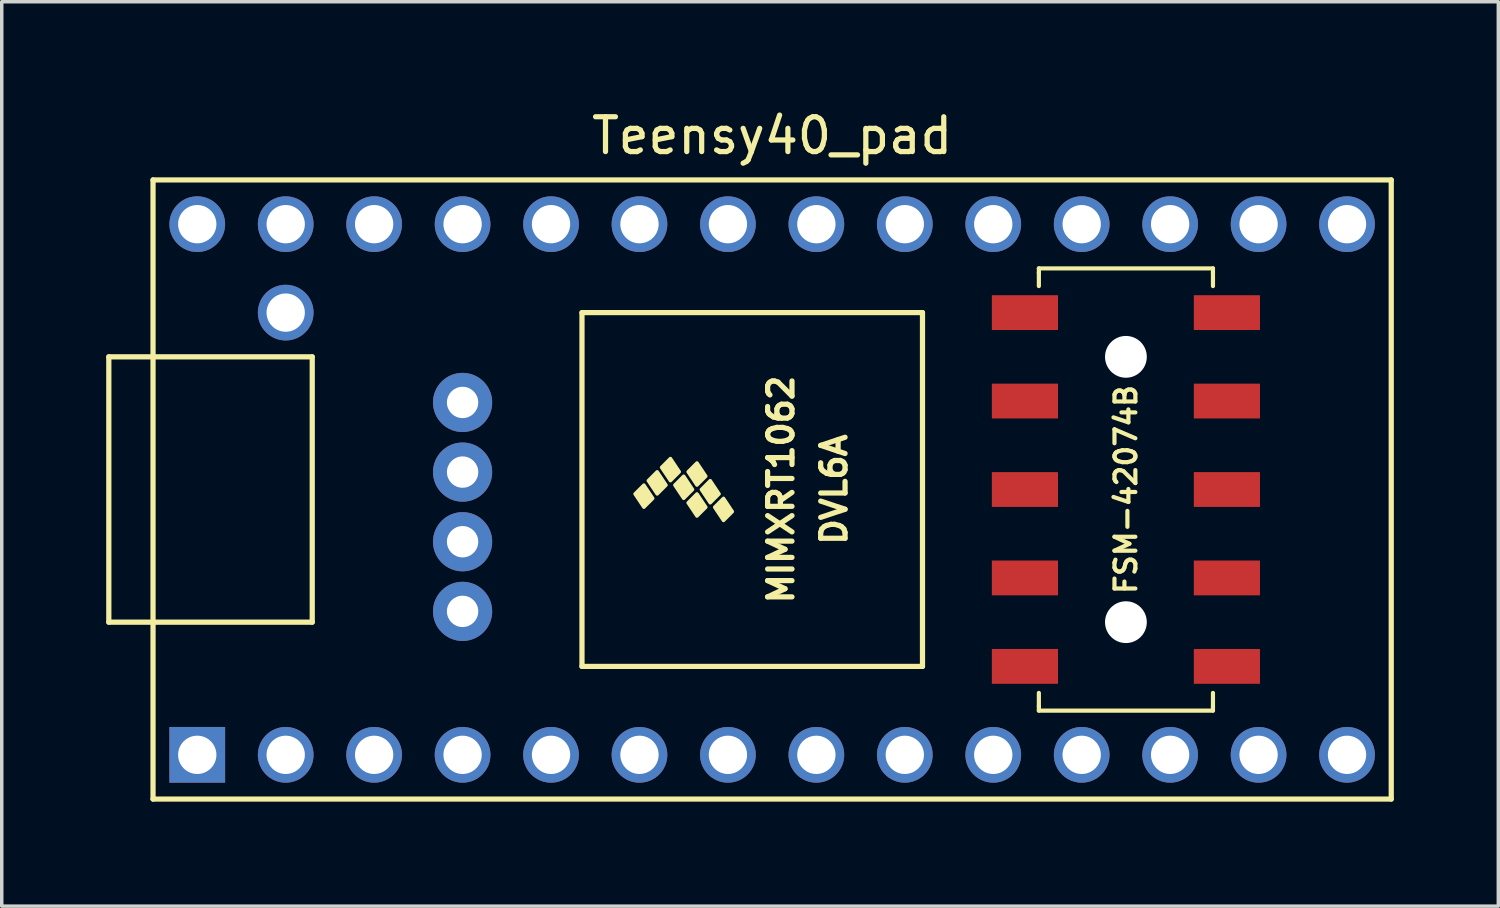
<source format=kicad_pcb>
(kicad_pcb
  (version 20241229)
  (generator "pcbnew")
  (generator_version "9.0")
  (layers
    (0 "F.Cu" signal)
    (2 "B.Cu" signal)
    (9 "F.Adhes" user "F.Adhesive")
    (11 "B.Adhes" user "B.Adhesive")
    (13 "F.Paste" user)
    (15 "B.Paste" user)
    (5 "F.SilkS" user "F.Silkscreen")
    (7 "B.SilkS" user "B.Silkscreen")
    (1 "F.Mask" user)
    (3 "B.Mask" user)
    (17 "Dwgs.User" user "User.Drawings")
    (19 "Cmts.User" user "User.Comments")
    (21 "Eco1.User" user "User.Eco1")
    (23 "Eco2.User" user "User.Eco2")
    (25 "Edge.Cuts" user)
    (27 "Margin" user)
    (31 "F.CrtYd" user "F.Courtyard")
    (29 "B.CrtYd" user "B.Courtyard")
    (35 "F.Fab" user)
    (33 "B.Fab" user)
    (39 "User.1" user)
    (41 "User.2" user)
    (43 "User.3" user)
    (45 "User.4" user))
  (footprint "Teensy40_pad"
    (layer "F.Cu")
    (at 19.125 11.008)
    (property "Reference" "Teensy40_pad" (at 0 -10.16 0) (layer "F.SilkS") (effects (font (size 1 1) (thickness 0.15))))
    (attr through_hole)
    (fp_line (start -19.05 -3.81) (end -17.78 -3.81) (stroke (width 0.15) (type solid)) (layer "F.SilkS"))
    (fp_line (start -19.05 3.81) (end -19.05 -3.81) (stroke (width 0.15) (type solid)) (layer "F.SilkS"))
    (fp_line (start -17.78 -8.89) (end 17.78 -8.89) (stroke (width 0.15) (type solid)) (layer "F.SilkS"))
    (fp_line (start -17.78 3.81) (end -19.05 3.81) (stroke (width 0.15) (type solid)) (layer "F.SilkS"))
    (fp_line (start -17.78 8.89) (end -17.78 -8.89) (stroke (width 0.15) (type solid)) (layer "F.SilkS"))
    (fp_line (start -13.208 -3.81) (end -17.78 -3.81) (stroke (width 0.15) (type solid)) (layer "F.SilkS"))
    (fp_line (start -13.208 3.81) (end -17.78 3.81) (stroke (width 0.15) (type solid)) (layer "F.SilkS"))
    (fp_line (start -13.208 3.81) (end -13.208 -3.81) (stroke (width 0.15) (type solid)) (layer "F.SilkS"))
    (fp_line (start -5.461 -5.08) (end -5.461 5.08) (stroke (width 0.15) (type solid)) (layer "F.SilkS"))
    (fp_line (start 4.318 -5.08) (end -5.461 -5.08) (stroke (width 0.15) (type solid)) (layer "F.SilkS"))
    (fp_line (start 4.318 5.08) (end -5.461 5.08) (stroke (width 0.15) (type solid)) (layer "F.SilkS"))
    (fp_line (start 4.318 5.08) (end 4.318 -5.08) (stroke (width 0.15) (type solid)) (layer "F.SilkS"))
    (fp_line (start 7.66 -6.35) (end 12.66 -6.35) (stroke (width 0.12) (type solid)) (layer "F.SilkS"))
    (fp_line (start 7.66 -6.223) (end 7.66 -6.35) (stroke (width 0.12) (type solid)) (layer "F.SilkS"))
    (fp_line (start 7.66 -6.223) (end 7.66 -5.842) (stroke (width 0.12) (type solid)) (layer "F.SilkS"))
    (fp_line (start 7.66 5.842) (end 7.66 6.223) (stroke (width 0.12) (type solid)) (layer "F.SilkS"))
    (fp_line (start 7.66 6.35) (end 7.66 6.223) (stroke (width 0.12) (type solid)) (layer "F.SilkS"))
    (fp_line (start 12.66 -6.35) (end 12.66 -6.223) (stroke (width 0.12) (type solid)) (layer "F.SilkS"))
    (fp_line (start 12.66 -5.842) (end 12.66 -6.223) (stroke (width 0.12) (type solid)) (layer "F.SilkS"))
    (fp_line (start 12.66 6.223) (end 12.66 5.842) (stroke (width 0.12) (type solid)) (layer "F.SilkS"))
    (fp_line (start 12.66 6.223) (end 12.66 6.35) (stroke (width 0.12) (type solid)) (layer "F.SilkS"))
    (fp_line (start 12.66 6.35) (end 7.66 6.35) (stroke (width 0.12) (type solid)) (layer "F.SilkS"))
    (fp_line (start 17.78 -8.89) (end 17.78 8.89) (stroke (width 0.15) (type solid)) (layer "F.SilkS"))
    (fp_line (start 17.78 8.89) (end -17.78 8.89) (stroke (width 0.15) (type solid)) (layer "F.SilkS"))
    (fp_poly (pts (xy -3.937 0.127) (xy -3.683 -0.127) (xy -3.429 0.254) (xy -3.683 0.508)) (stroke (width 0.1) (type solid)) (fill yes) (layer "F.SilkS"))
    (fp_poly (pts (xy -3.556 -0.254) (xy -3.302 -0.508) (xy -3.048 -0.127) (xy -3.302 0.127)) (stroke (width 0.1) (type solid)) (fill yes) (layer "F.SilkS"))
    (fp_poly (pts (xy -3.175 -0.635) (xy -2.921 -0.889) (xy -2.667 -0.508) (xy -2.921 -0.254)) (stroke (width 0.1) (type solid)) (fill yes) (layer "F.SilkS"))
    (fp_poly (pts (xy -2.794 -0.127) (xy -2.54 -0.381) (xy -2.286 0) (xy -2.54 0.254)) (stroke (width 0.1) (type solid)) (fill yes) (layer "F.SilkS"))
    (fp_poly (pts (xy -2.413 -0.508) (xy -2.159 -0.762) (xy -1.905 -0.381) (xy -2.159 -0.127)) (stroke (width 0.1) (type solid)) (fill yes) (layer "F.SilkS"))
    (fp_poly (pts (xy -2.413 0.381) (xy -2.159 0.127) (xy -1.905 0.508) (xy -2.159 0.762)) (stroke (width 0.1) (type solid)) (fill yes) (layer "F.SilkS"))
    (fp_poly (pts (xy -2.032 0) (xy -1.778 -0.254) (xy -1.524 0.127) (xy -1.778 0.381)) (stroke (width 0.1) (type solid)) (fill yes) (layer "F.SilkS"))
    (fp_poly (pts (xy -1.651 0.508) (xy -1.397 0.254) (xy -1.143 0.635) (xy -1.397 0.889)) (stroke (width 0.1) (type solid)) (fill yes) (layer "F.SilkS"))
    (fp_text user "DVL6A" (at 1.778 0 90) (layer "F.SilkS") (effects (font (size 0.7 0.7) (thickness 0.15))))
    (fp_text user "MIMXRT1062" (at 0.254 0 90) (layer "F.SilkS") (effects (font (size 0.7 0.7) (thickness 0.15))))
    (fp_text user "FSM-42074B" (at 10.16 0 90) (layer "F.SilkS") (effects (font (size 0.6 0.6) (thickness 0.12))))
    (pad "" np_thru_hole circle (at 10.16 -3.81) (size 1.2 1.2) (drill 1.2) (layers "*.Cu" "*.Mask"))
    (pad "" np_thru_hole circle (at 10.16 3.81) (size 1.2 1.2) (drill 1.2) (layers "*.Cu" "*.Mask"))
    (pad "1" thru_hole rect (at -16.51 7.62) (size 1.6 1.6) (drill 1.1) (layers "*.Cu" "*.Mask"))
    (pad "2" thru_hole circle (at -13.97 7.62) (size 1.6 1.6) (drill 1.1) (layers "*.Cu" "*.Mask"))
    (pad "3" thru_hole circle (at -11.43 7.62) (size 1.6 1.6) (drill 1.1) (layers "*.Cu" "*.Mask"))
    (pad "4" thru_hole circle (at -8.89 7.62) (size 1.6 1.6) (drill 1.1) (layers "*.Cu" "*.Mask"))
    (pad "5" thru_hole circle (at -6.35 7.62) (size 1.6 1.6) (drill 1.1) (layers "*.Cu" "*.Mask"))
    (pad "6" thru_hole circle (at -3.81 7.62) (size 1.6 1.6) (drill 1.1) (layers "*.Cu" "*.Mask"))
    (pad "7" thru_hole circle (at -1.27 7.62) (size 1.6 1.6) (drill 1.1) (layers "*.Cu" "*.Mask"))
    (pad "8" thru_hole circle (at 1.27 7.62) (size 1.6 1.6) (drill 1.1) (layers "*.Cu" "*.Mask"))
    (pad "9" thru_hole circle (at 3.81 7.62) (size 1.6 1.6) (drill 1.1) (layers "*.Cu" "*.Mask"))
    (pad "10" thru_hole circle (at 6.35 7.62) (size 1.6 1.6) (drill 1.1) (layers "*.Cu" "*.Mask"))
    (pad "11" thru_hole circle (at 8.89 7.62) (size 1.6 1.6) (drill 1.1) (layers "*.Cu" "*.Mask"))
    (pad "12" thru_hole circle (at 11.43 7.62) (size 1.6 1.6) (drill 1.1) (layers "*.Cu" "*.Mask"))
    (pad "13" thru_hole circle (at 13.97 7.62) (size 1.6 1.6) (drill 1.1) (layers "*.Cu" "*.Mask"))
    (pad "14" thru_hole circle (at 16.51 7.62) (size 1.6 1.6) (drill 1.1) (layers "*.Cu" "*.Mask"))
    (pad "20" thru_hole circle (at 16.51 -7.62) (size 1.6 1.6) (drill 1.1) (layers "*.Cu" "*.Mask"))
    (pad "21" thru_hole circle (at 13.97 -7.62) (size 1.6 1.6) (drill 1.1) (layers "*.Cu" "*.Mask"))
    (pad "22" thru_hole circle (at 11.43 -7.62) (size 1.6 1.6) (drill 1.1) (layers "*.Cu" "*.Mask"))
    (pad "23" thru_hole circle (at 8.89 -7.62) (size 1.6 1.6) (drill 1.1) (layers "*.Cu" "*.Mask"))
    (pad "24" thru_hole circle (at 6.35 -7.62) (size 1.6 1.6) (drill 1.1) (layers "*.Cu" "*.Mask"))
    (pad "25" thru_hole circle (at 3.81 -7.62) (size 1.6 1.6) (drill 1.1) (layers "*.Cu" "*.Mask"))
    (pad "26" thru_hole circle (at 1.27 -7.62) (size 1.6 1.6) (drill 1.1) (layers "*.Cu" "*.Mask"))
    (pad "27" thru_hole circle (at -1.27 -7.62) (size 1.6 1.6) (drill 1.1) (layers "*.Cu" "*.Mask"))
    (pad "28" thru_hole circle (at -3.81 -7.62) (size 1.6 1.6) (drill 1.1) (layers "*.Cu" "*.Mask"))
    (pad "29" thru_hole circle (at -6.35 -7.62) (size 1.6 1.6) (drill 1.1) (layers "*.Cu" "*.Mask"))
    (pad "30" thru_hole circle (at -8.89 -7.62) (size 1.6 1.6) (drill 1.1) (layers "*.Cu" "*.Mask"))
    (pad "31" thru_hole circle (at -11.43 -7.62) (size 1.6 1.6) (drill 1.1) (layers "*.Cu" "*.Mask"))
    (pad "32" thru_hole circle (at -13.97 -7.62) (size 1.6 1.6) (drill 1.1) (layers "*.Cu" "*.Mask"))
    (pad "33" thru_hole circle (at -16.51 -7.62) (size 1.6 1.6) (drill 1.1) (layers "*.Cu" "*.Mask"))
    (pad "34" thru_hole circle (at -13.97 -5.08) (size 1.6 1.6) (drill 1.1) (layers "*.Cu" "*.Mask"))
    (pad "35" smd rect (at 13.06 -5.08) (size 1.9 1) (layers "F.Cu" "F.Mask" "F.Paste"))
    (pad "36" smd rect (at 7.26 -5.08) (size 1.9 1) (layers "F.Cu" "F.Mask" "F.Paste"))
    (pad "37" smd rect (at 13.06 -2.54) (size 1.9 1) (layers "F.Cu" "F.Mask" "F.Paste"))
    (pad "38" smd rect (at 7.26 -2.54) (size 1.9 1) (layers "F.Cu" "F.Mask" "F.Paste"))
    (pad "39" smd rect (at 13.06 0) (size 1.9 1) (layers "F.Cu" "F.Mask" "F.Paste"))
    (pad "40" smd rect (at 7.26 0) (size 1.9 1) (layers "F.Cu" "F.Mask" "F.Paste"))
    (pad "41" smd rect (at 13.06 2.54) (size 1.9 1) (layers "F.Cu" "F.Mask" "F.Paste"))
    (pad "42" smd rect (at 7.26 2.54) (size 1.9 1) (layers "F.Cu" "F.Mask" "F.Paste"))
    (pad "43" smd rect (at 13.06 5.08) (size 1.9 1) (layers "F.Cu" "F.Mask" "F.Paste"))
    (pad "44" smd rect (at 7.26 5.08) (size 1.9 1) (layers "F.Cu" "F.Mask" "F.Paste"))
    (pad "46" thru_hole circle (at -8.89 -2.5) (size 1.7 1.7) (drill 0.9) (layers "*.Cu" "*.Mask"))
    (pad "48" thru_hole circle (at -8.89 -0.5) (size 1.7 1.7) (drill 0.9) (layers "*.Cu" "*.Mask"))
    (pad "50" thru_hole circle (at -8.89 1.5) (size 1.7 1.7) (drill 0.9) (layers "*.Cu" "*.Mask"))
    (pad "52" thru_hole circle (at -8.89 3.5) (size 1.7 1.7) (drill 0.9) (layers "*.Cu" "*.Mask")))
  (gr_rect
    (start -3 -3)
    (end 39.98 22.973)
    (stroke (width 0.1) (type default))
    (fill no)
    (layer "Edge.Cuts")))
</source>
